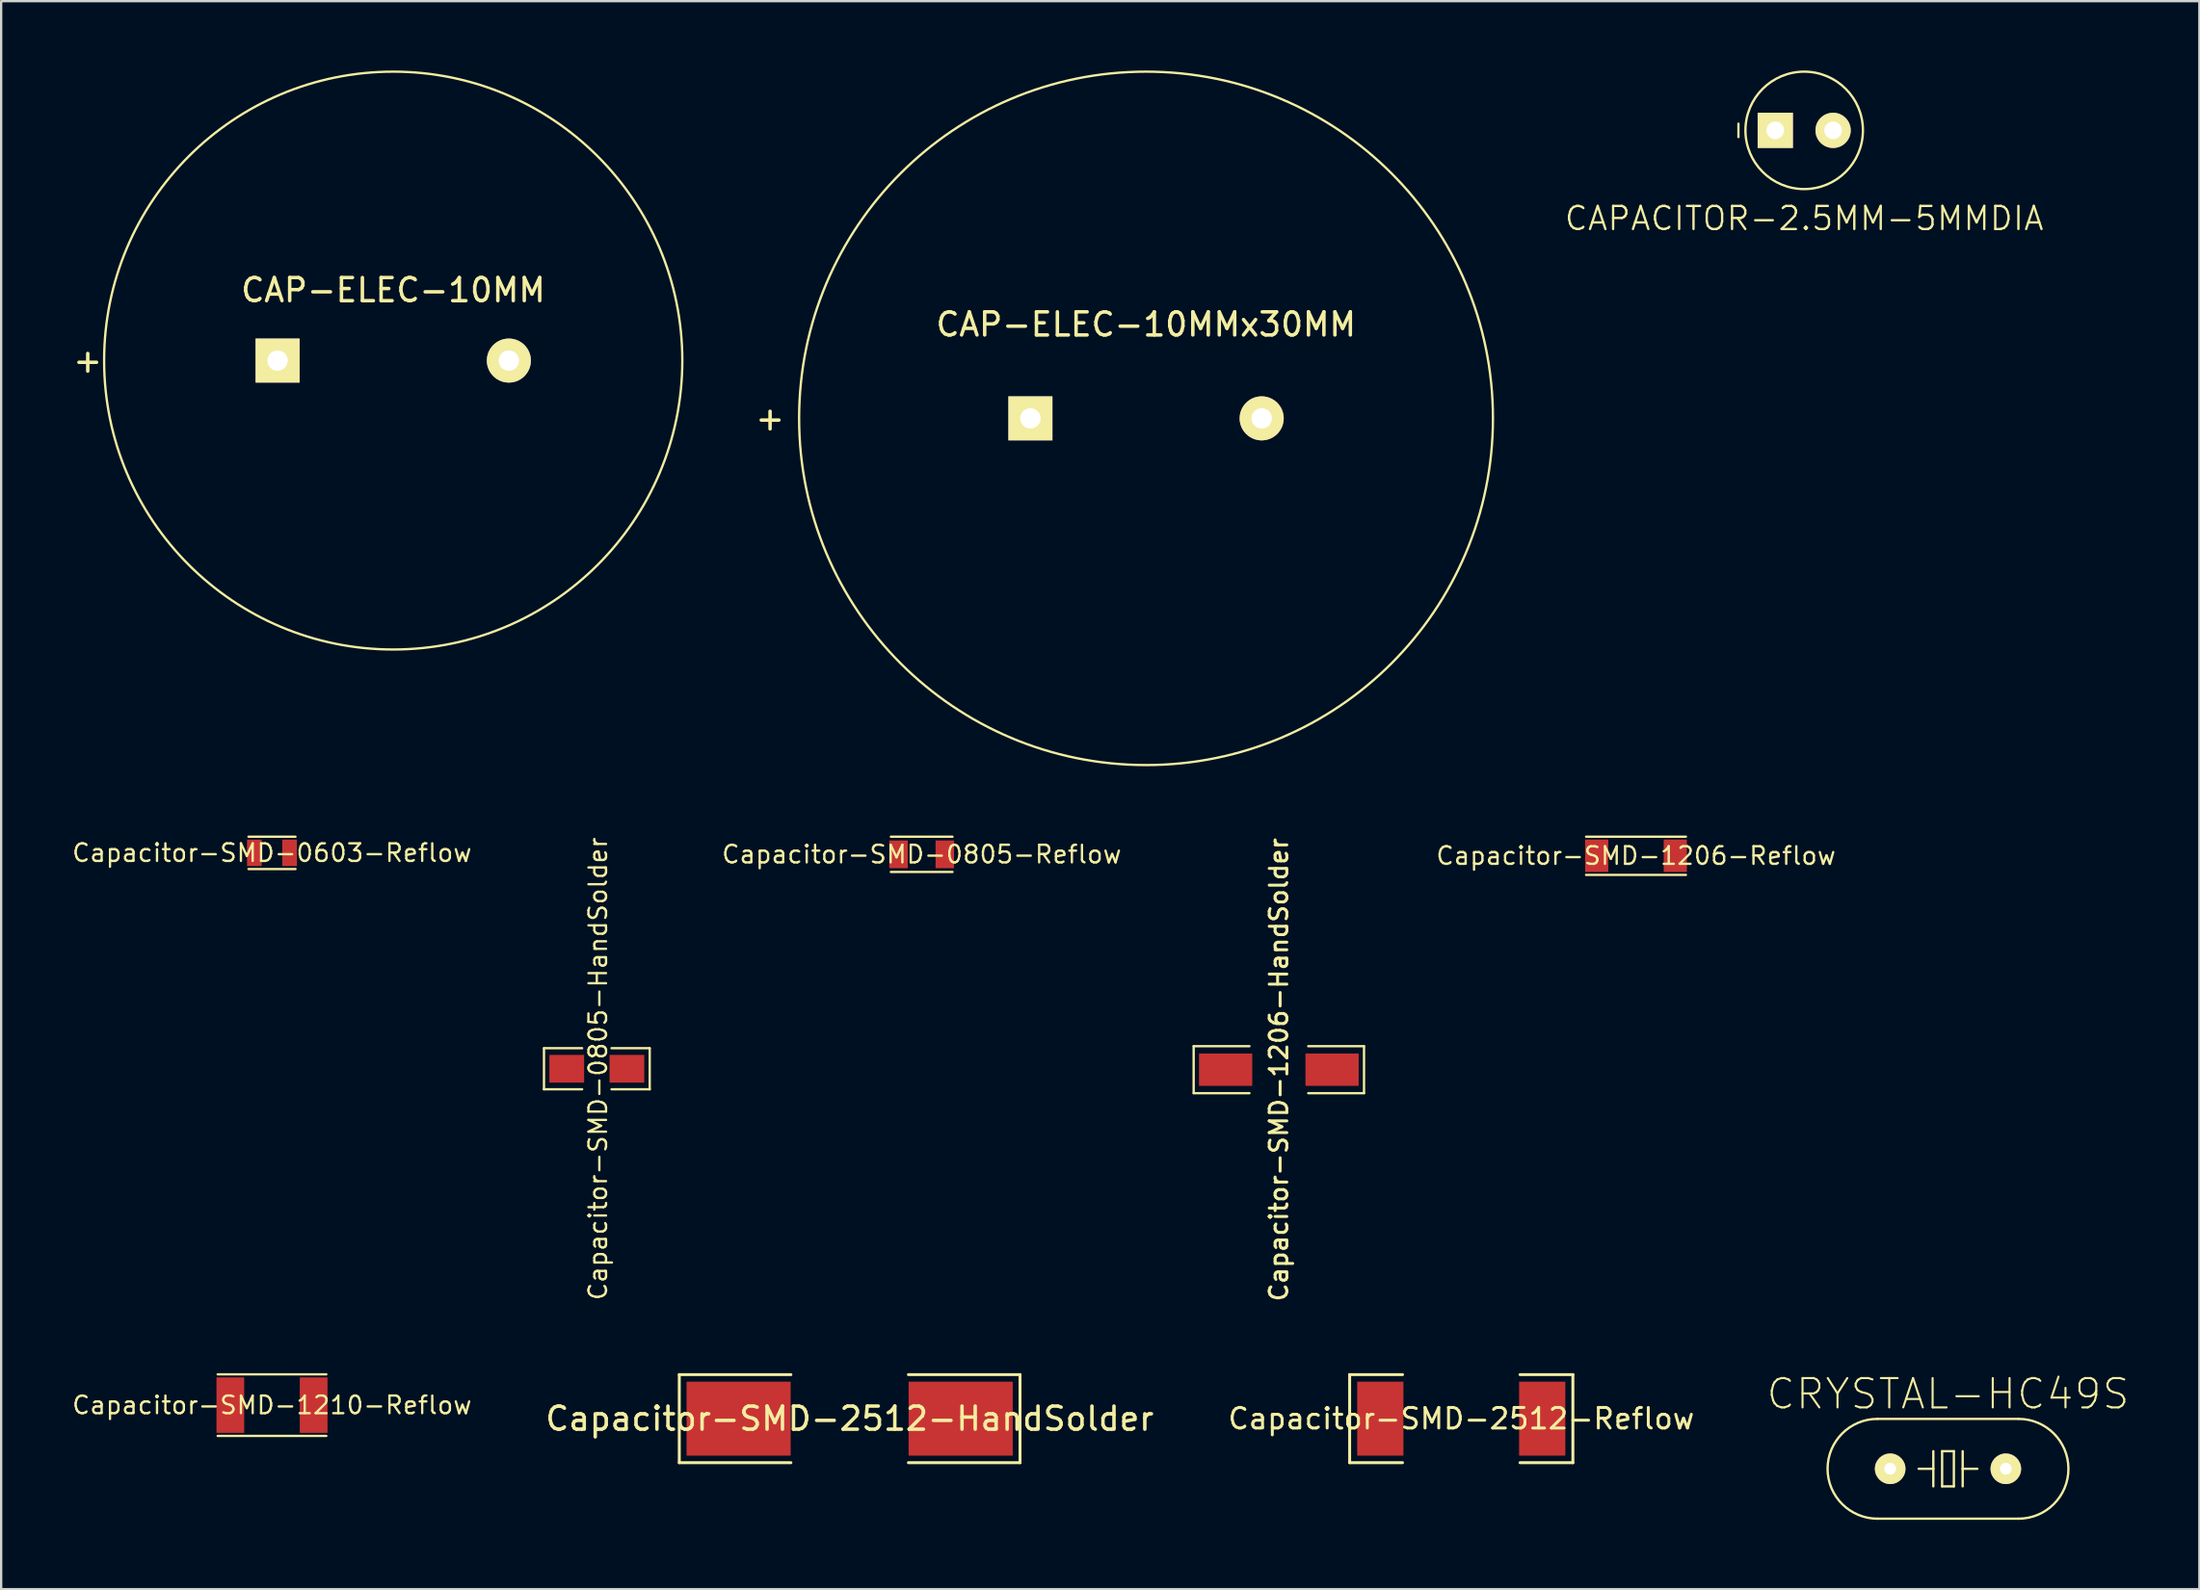
<source format=kicad_pcb>
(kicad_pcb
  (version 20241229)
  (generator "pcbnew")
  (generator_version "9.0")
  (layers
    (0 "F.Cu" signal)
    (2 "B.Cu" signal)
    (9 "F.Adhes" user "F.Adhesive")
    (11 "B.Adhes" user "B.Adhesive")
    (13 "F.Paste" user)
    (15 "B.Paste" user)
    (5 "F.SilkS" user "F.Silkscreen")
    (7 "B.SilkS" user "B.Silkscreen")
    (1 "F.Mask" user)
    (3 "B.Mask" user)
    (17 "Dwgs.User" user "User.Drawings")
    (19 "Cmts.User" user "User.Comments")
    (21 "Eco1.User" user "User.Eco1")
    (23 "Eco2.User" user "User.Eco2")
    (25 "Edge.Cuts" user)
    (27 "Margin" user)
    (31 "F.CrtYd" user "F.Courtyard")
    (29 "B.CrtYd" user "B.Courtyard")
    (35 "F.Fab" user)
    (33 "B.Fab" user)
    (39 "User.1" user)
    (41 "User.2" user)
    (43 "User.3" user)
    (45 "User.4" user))
  (footprint "CRYSTAL-HC49S"
    (layer "F.Cu")
    (at 81.177 60.496)
    (property "Reference" "CRYSTAL-HC49S" (at 0 -3.239 0) (layer "F.SilkS") (effects (font (size 1.27 1.27) (thickness 0.089))))
    (attr exclude_from_pos_files exclude_from_bom)
    (fp_line (start -3.048 -2.159) (end 3.048 -2.159) (stroke (width 0.1) (type solid)) (layer "F.SilkS"))
    (fp_line (start -3.048 2.159) (end 3.048 2.159) (stroke (width 0.1) (type solid)) (layer "F.SilkS"))
    (fp_line (start -0.635 -0.762) (end -0.635 0) (stroke (width 0.1) (type solid)) (layer "F.SilkS"))
    (fp_line (start -0.635 0) (end -1.27 0) (stroke (width 0.1) (type solid)) (layer "F.SilkS"))
    (fp_line (start -0.635 0) (end -0.635 0.762) (stroke (width 0.1) (type solid)) (layer "F.SilkS"))
    (fp_line (start -0.254 -0.762) (end 0.254 -0.762) (stroke (width 0.1) (type solid)) (layer "F.SilkS"))
    (fp_line (start -0.254 0.762) (end -0.254 -0.762) (stroke (width 0.1) (type solid)) (layer "F.SilkS"))
    (fp_line (start 0.254 -0.762) (end 0.254 0.762) (stroke (width 0.1) (type solid)) (layer "F.SilkS"))
    (fp_line (start 0.254 0.762) (end -0.254 0.762) (stroke (width 0.1) (type solid)) (layer "F.SilkS"))
    (fp_line (start 0.635 -0.762) (end 0.635 0) (stroke (width 0.1) (type solid)) (layer "F.SilkS"))
    (fp_line (start 0.635 0) (end 0.635 0.762) (stroke (width 0.1) (type solid)) (layer "F.SilkS"))
    (fp_line (start 0.635 0) (end 1.27 0) (stroke (width 0.1) (type solid)) (layer "F.SilkS"))
    (fp_arc (start -3.048 2.159) (mid -5.207 0) (end -3.048 -2.159) (stroke (width 0.1) (type solid)) (layer "F.SilkS"))
    (fp_arc (start 3.048 -2.159) (mid 5.207 0) (end 3.048 2.159) (stroke (width 0.1) (type solid)) (layer "F.SilkS"))
    (pad "1" thru_hole circle (at -2.5 0) (size 1.321 1.321) (drill 0.508) (layers "*.Cu" "*.Mask" "F.SilkS"))
    (pad "2" thru_hole circle (at 2.5 0) (size 1.321 1.321) (drill 0.508) (layers "*.Cu" "*.Mask" "F.SilkS")))
  (footprint "Capacitor-SMD-1206-HandSolder"
    (layer "F.Cu")
    (at 52.244 43.229)
    (property "Reference" "Capacitor-SMD-1206-HandSolder" (at 0 0 90) (layer "F.SilkS") (effects (font (size 0.762 0.762) (thickness 0.127))))
    (attr through_hole)
    (fp_line (start -3.683 -1.016) (end -3.683 1.016) (stroke (width 0.1) (type solid)) (layer "F.SilkS"))
    (fp_line (start -3.683 -1.016) (end -1.27 -1.016) (stroke (width 0.1) (type solid)) (layer "F.SilkS"))
    (fp_line (start -3.683 1.016) (end -1.27 1.016) (stroke (width 0.1) (type solid)) (layer "F.SilkS"))
    (fp_line (start 1.27 -1.016) (end 3.683 -1.016) (stroke (width 0.1) (type solid)) (layer "F.SilkS"))
    (fp_line (start 3.683 -1.016) (end 3.683 1.016) (stroke (width 0.1) (type solid)) (layer "F.SilkS"))
    (fp_line (start 3.683 1.016) (end 1.27 1.016) (stroke (width 0.1) (type solid)) (layer "F.SilkS"))
    (pad "1" smd rect (at -2.301 0) (size 2.301 1.4) (layers "F.Cu" "F.Mask" "F.Paste"))
    (pad "2" smd rect (at 2.301 0) (size 2.301 1.4) (layers "F.Cu" "F.Mask" "F.Paste")))
  (footprint "CAP-ELEC-10MM"
    (layer "F.Cu")
    (at 13.952 12.55)
    (property "Reference" "CAP-ELEC-10MM" (at 0 -3.048 0) (layer "F.SilkS") (effects (font (size 1 1) (thickness 0.15))))
    (attr through_hole)
    (fp_circle (center 0 0) (end -12.5 0) (stroke (width 0.1) (type solid)) (fill no) (layer "F.SilkS"))
    (fp_text user "+" (at -13.208 0 0) (layer "F.SilkS") (effects (font (size 1 1) (thickness 0.15))))
    (pad "1" thru_hole rect (at -5 0) (size 1.905 1.905) (drill 0.881) (layers "*.Cu" "*.Mask" "F.SilkS"))
    (pad "2" thru_hole circle (at 5 0) (size 1.905 1.905) (drill 0.881) (layers "*.Cu" "*.Mask" "F.SilkS")))
  (footprint "Capacitor-SMD-1210-Reflow"
    (layer "F.Cu")
    (at 8.71 57.742)
    (property "Reference" "Capacitor-SMD-1210-Reflow" (at 0 0 180) (layer "F.SilkS") (effects (font (size 0.762 0.762) (thickness 0.1))))
    (attr smd)
    (fp_line (start -2.349 -1.333) (end 2.349 -1.333) (stroke (width 0.1) (type solid)) (layer "F.SilkS"))
    (fp_line (start -2.349 1.333) (end 2.349 1.333) (stroke (width 0.1) (type solid)) (layer "F.SilkS"))
    (pad "1" smd rect (at -1.801 0) (size 1.199 2.4) (layers "F.Cu" "F.Mask" "F.Paste"))
    (pad "2" smd rect (at 1.801 0) (size 1.199 2.4) (layers "F.Cu" "F.Mask" "F.Paste")))
  (footprint "Capacitor-SMD-0805-Reflow"
    (layer "F.Cu")
    (at 36.801 33.912)
    (property "Reference" "Capacitor-SMD-0805-Reflow" (at 0 0 0) (layer "F.SilkS") (effects (font (size 0.762 0.762) (thickness 0.1))))
    (attr through_hole)
    (fp_line (start -1.333 -0.762) (end 1.333 -0.762) (stroke (width 0.1) (type solid)) (layer "F.SilkS"))
    (fp_line (start -1.333 0.762) (end 1.333 0.762) (stroke (width 0.1) (type solid)) (layer "F.SilkS"))
    (pad "1" smd rect (at -1.001 0) (size 0.8 1.199) (layers "F.Cu" "F.Mask" "F.Paste"))
    (pad "2" smd rect (at 1.001 0) (size 0.8 1.199) (layers "F.Cu" "F.Mask" "F.Paste")))
  (footprint "Capacitor-SMD-0805-HandSolder"
    (layer "F.Cu")
    (at 22.756 43.189)
    (property "Reference" "Capacitor-SMD-0805-HandSolder" (at 0.051 0 90) (layer "F.SilkS") (effects (font (size 0.762 0.762) (thickness 0.1))))
    (attr through_hole)
    (fp_line (start -2.286 -0.889) (end -2.286 0.889) (stroke (width 0.1) (type solid)) (layer "F.SilkS"))
    (fp_line (start -2.286 0.889) (end -0.635 0.889) (stroke (width 0.1) (type solid)) (layer "F.SilkS"))
    (fp_line (start -0.635 -0.889) (end -2.286 -0.889) (stroke (width 0.1) (type solid)) (layer "F.SilkS"))
    (fp_line (start 0.635 0.889) (end 2.286 0.889) (stroke (width 0.1) (type solid)) (layer "F.SilkS"))
    (fp_line (start 2.286 -0.889) (end 0.635 -0.889) (stroke (width 0.1) (type solid)) (layer "F.SilkS"))
    (fp_line (start 2.286 0.889) (end 2.286 -0.889) (stroke (width 0.1) (type solid)) (layer "F.SilkS"))
    (pad "1" smd rect (at -1.3 0) (size 1.501 1.199) (layers "F.Cu" "F.Mask" "F.Paste"))
    (pad "2" smd rect (at 1.3 0) (size 1.501 1.199) (layers "F.Cu" "F.Mask" "F.Paste")))
  (footprint "Capacitor-SMD-1206-Reflow"
    (layer "F.Cu")
    (at 67.687 33.975)
    (property "Reference" "Capacitor-SMD-1206-Reflow" (at 0 0 0) (layer "F.SilkS") (effects (font (size 0.762 0.762) (thickness 0.1))))
    (attr through_hole)
    (fp_line (start -2.159 -0.826) (end 2.159 -0.826) (stroke (width 0.1) (type solid)) (layer "F.SilkS"))
    (fp_line (start -2.159 0.826) (end 2.159 0.826) (stroke (width 0.1) (type solid)) (layer "F.SilkS"))
    (pad "1" smd rect (at -1.699 0) (size 1.001 1.4) (layers "F.Cu" "F.Mask" "F.Paste"))
    (pad "2" smd rect (at 1.699 0) (size 1.001 1.4) (layers "F.Cu" "F.Mask" "F.Paste")))
  (footprint "Capacitor-SMD-2512-HandSolder"
    (layer "F.Cu")
    (at 33.687 58.327)
    (property "Reference" "Capacitor-SMD-2512-HandSolder" (at 0 0 0) (layer "F.SilkS") (effects (font (size 1 1) (thickness 0.15))))
    (attr through_hole)
    (fp_line (start -7.366 -1.905) (end -7.366 1.905) (stroke (width 0.127) (type solid)) (layer "F.SilkS"))
    (fp_line (start -7.366 1.905) (end -2.54 1.905) (stroke (width 0.127) (type solid)) (layer "F.SilkS"))
    (fp_line (start -2.54 -1.905) (end -7.366 -1.905) (stroke (width 0.127) (type solid)) (layer "F.SilkS"))
    (fp_line (start 2.54 -1.905) (end 7.366 -1.905) (stroke (width 0.127) (type solid)) (layer "F.SilkS"))
    (fp_line (start 7.366 -1.905) (end 7.366 1.905) (stroke (width 0.127) (type solid)) (layer "F.SilkS"))
    (fp_line (start 7.366 1.905) (end 2.54 1.905) (stroke (width 0.127) (type solid)) (layer "F.SilkS"))
    (pad "1" smd rect (at -4.801 0) (size 4.501 3.2) (layers "F.Cu" "F.Mask" "F.Paste"))
    (pad "2" smd rect (at 4.801 0) (size 4.501 3.2) (layers "F.Cu" "F.Mask" "F.Paste")))
  (footprint "Capacitor-SMD-0603-Reflow"
    (layer "F.Cu")
    (at 8.71 33.849)
    (property "Reference" "Capacitor-SMD-0603-Reflow" (at 0 0 0) (layer "F.SilkS") (effects (font (size 0.762 0.762) (thickness 0.1))))
    (attr smd)
    (fp_line (start -1.016 -0.699) (end 1.016 -0.699) (stroke (width 0.1) (type solid)) (layer "F.SilkS"))
    (fp_line (start -1.016 0.699) (end 1.016 0.699) (stroke (width 0.1) (type solid)) (layer "F.SilkS"))
    (pad "1" smd rect (at -0.762 0) (size 0.635 1.143) (layers "F.Cu" "F.Mask" "F.Paste"))
    (pad "2" smd rect (at 0.762 0) (size 0.635 1.143) (layers "F.Cu" "F.Mask" "F.Paste")))
  (footprint "Capacitor-SMD-2512-Reflow"
    (layer "F.Cu")
    (at 60.132 58.327)
    (property "Reference" "Capacitor-SMD-2512-Reflow" (at 0 0 0) (layer "F.SilkS") (effects (font (size 0.889 0.889) (thickness 0.127))))
    (attr through_hole)
    (fp_line (start -4.826 -1.905) (end -4.826 1.905) (stroke (width 0.127) (type solid)) (layer "F.SilkS"))
    (fp_line (start -4.826 1.905) (end -2.54 1.905) (stroke (width 0.127) (type solid)) (layer "F.SilkS"))
    (fp_line (start -2.54 -1.905) (end -4.826 -1.905) (stroke (width 0.127) (type solid)) (layer "F.SilkS"))
    (fp_line (start 2.54 -1.905) (end 4.826 -1.905) (stroke (width 0.127) (type solid)) (layer "F.SilkS"))
    (fp_line (start 4.826 -1.905) (end 4.826 1.905) (stroke (width 0.127) (type solid)) (layer "F.SilkS"))
    (fp_line (start 4.826 1.905) (end 2.54 1.905) (stroke (width 0.127) (type solid)) (layer "F.SilkS"))
    (pad "1" smd rect (at -3.5 0) (size 1.999 3.2) (layers "F.Cu" "F.Mask" "F.Paste"))
    (pad "2" smd rect (at 3.5 0) (size 1.999 3.2) (layers "F.Cu" "F.Mask" "F.Paste")))
  (footprint "CAPACITOR-2.5MM-5MMDIA"
    (layer "F.Cu")
    (at 74.959 2.59)
    (property "Reference" "CAPACITOR-2.5MM-5MMDIA" (at 0 3.81 0) (layer "F.SilkS") (effects (font (size 1 1) (thickness 0.1))))
    (attr through_hole)
    (fp_circle (center 0 0) (end -2.54 0) (stroke (width 0.1) (type solid)) (fill no) (layer "F.SilkS"))
    (fp_text user "-" (at -2.9 0 90) (layer "F.SilkS") (effects (font (size 0.762 0.762) (thickness 0.1))))
    (pad "1" thru_hole rect (at -1.25 0) (size 1.524 1.524) (drill 0.762) (layers "*.Cu" "*.Mask" "F.SilkS"))
    (pad "2" thru_hole circle (at 1.25 0) (size 1.524 1.524) (drill 0.762) (layers "*.Cu" "*.Mask" "F.SilkS")))
  (footprint "CAP-ELEC-10MMx30MM"
    (layer "F.Cu")
    (at 46.502 15.05)
    (property "Reference" "CAP-ELEC-10MMx30MM" (at 0 -4.064 0) (layer "F.SilkS") (effects (font (size 1 1) (thickness 0.15))))
    (attr through_hole)
    (fp_circle (center 0 0) (end -15 0) (stroke (width 0.1) (type solid)) (fill no) (layer "F.SilkS"))
    (fp_text user "+" (at -16.256 0 0) (layer "F.SilkS") (effects (font (size 1 1) (thickness 0.15))))
    (pad "1" thru_hole rect (at -5 0) (size 1.905 1.905) (drill 0.881) (layers "*.Cu" "*.Mask" "F.SilkS"))
    (pad "2" thru_hole circle (at 5 0) (size 1.905 1.905) (drill 0.881) (layers "*.Cu" "*.Mask" "F.SilkS")))
  (gr_rect
    (start -3 -3)
    (end 92.046 65.705)
    (stroke (width 0.1) (type default))
    (fill no)
    (layer "Edge.Cuts")))
</source>
